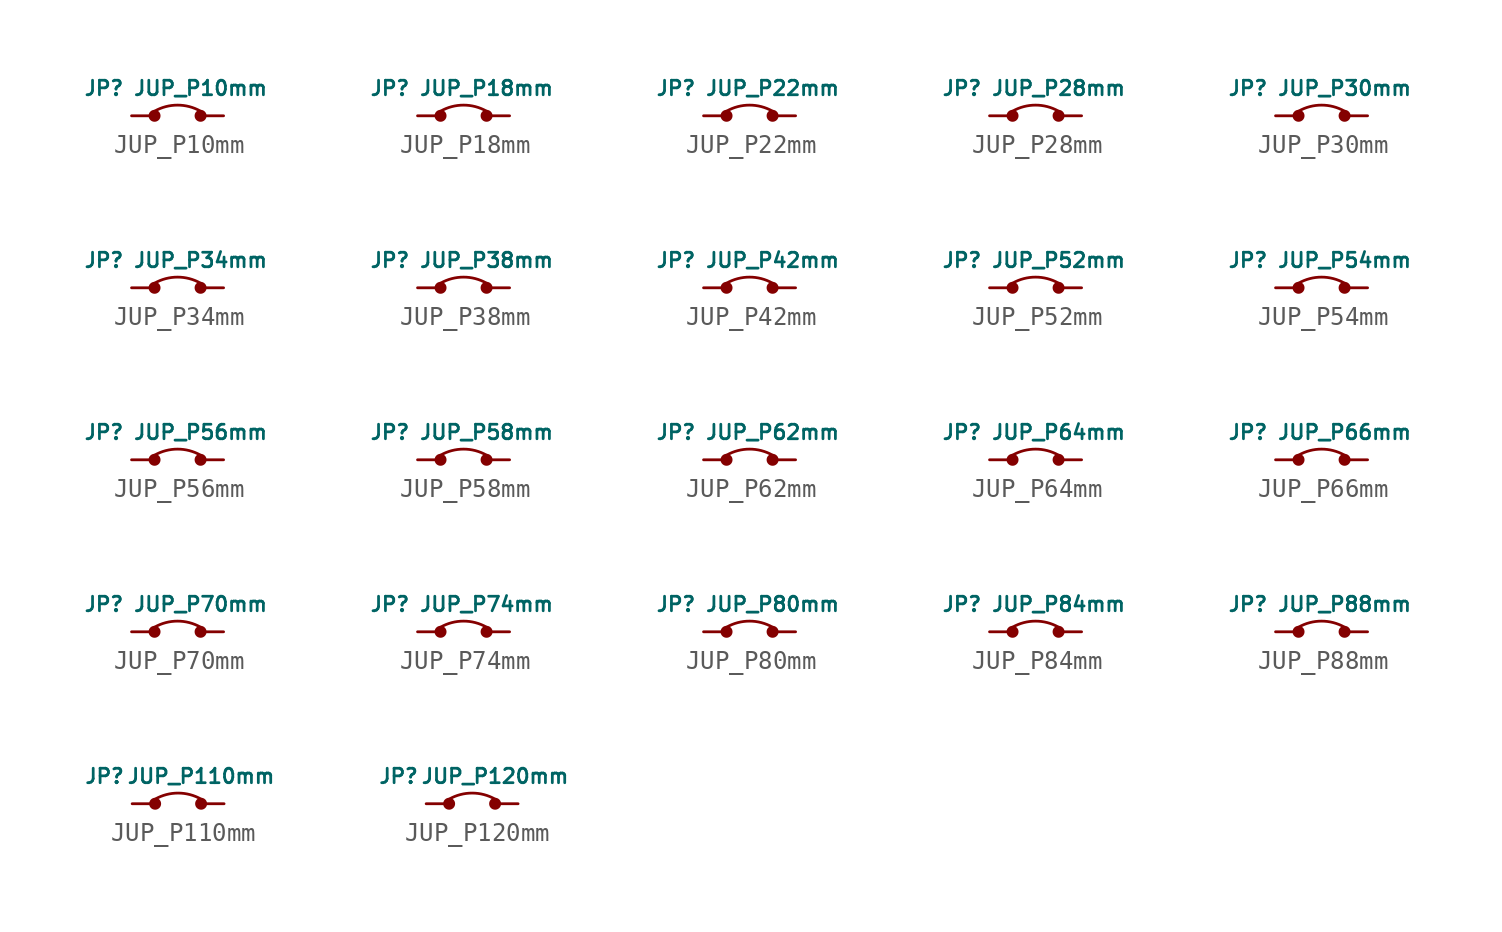
<source format=kicad_sym>
(kicad_symbol_lib
  (version 20220914)
  (generator kicad_symbol_editor)
  (symbol "JUP_P10mm"
    (property "Reference" "JP"
      (at -4.064 1.524 0)
      (effects (font (size 0.8 0.8))))
    (property "Value" "JUP_P10mm"
      (at 1.27 1.524 0)
      (effects (font (size 0.8 0.8))))
    (symbol "JUP_P10mm_0_1"
      (circle (center -1.27 0) (radius 0.254) (stroke (width 0) (type default)) (fill (type outline)))
      (circle (center 1.27 0) (radius 0.254) (stroke (width 0) (type default)) (fill (type outline)))
      (arc (start 1.27 0.254) (mid 0 0.5892) (end -1.27 0.254) (stroke (width 0) (type default)) (fill (type none))))
    (symbol "JUP_P10mm_1_1"
      (pin passive line (at -2.54 0 0) (length 1.2) (name "" (effects (font (size 1.27 1.27)))) (number "1" (effects (font (size 0 0)))))
      (pin passive line (at 2.54 0 180) (length 1.2) (name "" (effects (font (size 1.27 1.27)))) (number "2" (effects (font (size 0 0)))))))
  (symbol "JUP_P18mm"
    (property "Reference" "JP"
      (at -4.064 1.524 0)
      (effects (font (size 0.8 0.8))))
    (property "Value" "JUP_P18mm"
      (at 1.27 1.524 0)
      (effects (font (size 0.8 0.8))))
    (symbol "JUP_P18mm_0_1"
      (circle (center -1.27 0) (radius 0.254) (stroke (width 0) (type default)) (fill (type outline)))
      (circle (center 1.27 0) (radius 0.254) (stroke (width 0) (type default)) (fill (type outline)))
      (arc (start 1.27 0.254) (mid 0 0.5892) (end -1.27 0.254) (stroke (width 0) (type default)) (fill (type none))))
    (symbol "JUP_P18mm_1_1"
      (pin passive line (at -2.54 0 0) (length 1.2) (name "" (effects (font (size 1.27 1.27)))) (number "1" (effects (font (size 0 0)))))
      (pin passive line (at 2.54 0 180) (length 1.2) (name "" (effects (font (size 1.27 1.27)))) (number "2" (effects (font (size 0 0)))))))
  (symbol "JUP_P22mm"
    (property "Reference" "JP"
      (at -4.064 1.524 0)
      (effects (font (size 0.8 0.8))))
    (property "Value" "JUP_P22mm"
      (at 1.27 1.524 0)
      (effects (font (size 0.8 0.8))))
    (symbol "JUP_P22mm_0_1"
      (circle (center -1.27 0) (radius 0.254) (stroke (width 0) (type default)) (fill (type outline)))
      (circle (center 1.27 0) (radius 0.254) (stroke (width 0) (type default)) (fill (type outline)))
      (arc (start 1.27 0.254) (mid 0 0.5892) (end -1.27 0.254) (stroke (width 0) (type default)) (fill (type none))))
    (symbol "JUP_P22mm_1_1"
      (pin passive line (at -2.54 0 0) (length 1.2) (name "" (effects (font (size 1.27 1.27)))) (number "1" (effects (font (size 0 0)))))
      (pin passive line (at 2.54 0 180) (length 1.2) (name "" (effects (font (size 1.27 1.27)))) (number "2" (effects (font (size 0 0)))))))
  (symbol "JUP_P28mm"
    (property "Reference" "JP"
      (at -4.064 1.524 0)
      (effects (font (size 0.8 0.8))))
    (property "Value" "JUP_P28mm"
      (at 1.27 1.524 0)
      (effects (font (size 0.8 0.8))))
    (symbol "JUP_P28mm_0_1"
      (circle (center -1.27 0) (radius 0.254) (stroke (width 0) (type default)) (fill (type outline)))
      (circle (center 1.27 0) (radius 0.254) (stroke (width 0) (type default)) (fill (type outline)))
      (arc (start 1.27 0.254) (mid 0 0.5892) (end -1.27 0.254) (stroke (width 0) (type default)) (fill (type none))))
    (symbol "JUP_P28mm_1_1"
      (pin passive line (at -2.54 0 0) (length 1.2) (name "" (effects (font (size 1.27 1.27)))) (number "1" (effects (font (size 0 0)))))
      (pin passive line (at 2.54 0 180) (length 1.2) (name "" (effects (font (size 1.27 1.27)))) (number "2" (effects (font (size 0 0)))))))
  (symbol "JUP_P30mm"
    (property "Reference" "JP"
      (at -4.064 1.524 0)
      (effects (font (size 0.8 0.8))))
    (property "Value" "JUP_P30mm"
      (at 1.27 1.524 0)
      (effects (font (size 0.8 0.8))))
    (symbol "JUP_P30mm_0_1"
      (circle (center -1.27 0) (radius 0.254) (stroke (width 0) (type default)) (fill (type outline)))
      (circle (center 1.27 0) (radius 0.254) (stroke (width 0) (type default)) (fill (type outline)))
      (arc (start 1.27 0.254) (mid 0 0.5892) (end -1.27 0.254) (stroke (width 0) (type default)) (fill (type none))))
    (symbol "JUP_P30mm_1_1"
      (pin passive line (at -2.54 0 0) (length 1.2) (name "" (effects (font (size 1.27 1.27)))) (number "1" (effects (font (size 0 0)))))
      (pin passive line (at 2.54 0 180) (length 1.2) (name "" (effects (font (size 1.27 1.27)))) (number "2" (effects (font (size 0 0)))))))
  (symbol "JUP_P34mm"
    (property "Reference" "JP"
      (at -4.064 1.524 0)
      (effects (font (size 0.8 0.8))))
    (property "Value" "JUP_P34mm"
      (at 1.27 1.524 0)
      (effects (font (size 0.8 0.8))))
    (symbol "JUP_P34mm_0_1"
      (circle (center -1.27 0) (radius 0.254) (stroke (width 0) (type default)) (fill (type outline)))
      (circle (center 1.27 0) (radius 0.254) (stroke (width 0) (type default)) (fill (type outline)))
      (arc (start 1.27 0.254) (mid 0 0.5892) (end -1.27 0.254) (stroke (width 0) (type default)) (fill (type none))))
    (symbol "JUP_P34mm_1_1"
      (pin passive line (at -2.54 0 0) (length 1.2) (name "" (effects (font (size 1.27 1.27)))) (number "1" (effects (font (size 0 0)))))
      (pin passive line (at 2.54 0 180) (length 1.2) (name "" (effects (font (size 1.27 1.27)))) (number "2" (effects (font (size 0 0)))))))
  (symbol "JUP_P38mm"
    (property "Reference" "JP"
      (at -4.064 1.524 0)
      (effects (font (size 0.8 0.8))))
    (property "Value" "JUP_P38mm"
      (at 1.27 1.524 0)
      (effects (font (size 0.8 0.8))))
    (symbol "JUP_P38mm_0_1"
      (circle (center -1.27 0) (radius 0.254) (stroke (width 0) (type default)) (fill (type outline)))
      (circle (center 1.27 0) (radius 0.254) (stroke (width 0) (type default)) (fill (type outline)))
      (arc (start 1.27 0.254) (mid 0 0.5892) (end -1.27 0.254) (stroke (width 0) (type default)) (fill (type none))))
    (symbol "JUP_P38mm_1_1"
      (pin passive line (at -2.54 0 0) (length 1.2) (name "" (effects (font (size 1.27 1.27)))) (number "1" (effects (font (size 0 0)))))
      (pin passive line (at 2.54 0 180) (length 1.2) (name "" (effects (font (size 1.27 1.27)))) (number "2" (effects (font (size 0 0)))))))
  (symbol "JUP_P42mm"
    (property "Reference" "JP"
      (at -4.064 1.524 0)
      (effects (font (size 0.8 0.8))))
    (property "Value" "JUP_P42mm"
      (at 1.27 1.524 0)
      (effects (font (size 0.8 0.8))))
    (symbol "JUP_P42mm_0_1"
      (circle (center -1.27 0) (radius 0.254) (stroke (width 0) (type default)) (fill (type outline)))
      (circle (center 1.27 0) (radius 0.254) (stroke (width 0) (type default)) (fill (type outline)))
      (arc (start 1.27 0.254) (mid 0 0.5892) (end -1.27 0.254) (stroke (width 0) (type default)) (fill (type none))))
    (symbol "JUP_P42mm_1_1"
      (pin passive line (at -2.54 0 0) (length 1.2) (name "" (effects (font (size 1.27 1.27)))) (number "1" (effects (font (size 0 0)))))
      (pin passive line (at 2.54 0 180) (length 1.2) (name "" (effects (font (size 1.27 1.27)))) (number "2" (effects (font (size 0 0)))))))
  (symbol "JUP_P52mm"
    (property "Reference" "JP"
      (at -4.064 1.524 0)
      (effects (font (size 0.8 0.8))))
    (property "Value" "JUP_P52mm"
      (at 1.27 1.524 0)
      (effects (font (size 0.8 0.8))))
    (symbol "JUP_P52mm_0_1"
      (circle (center -1.27 0) (radius 0.254) (stroke (width 0) (type default)) (fill (type outline)))
      (circle (center 1.27 0) (radius 0.254) (stroke (width 0) (type default)) (fill (type outline)))
      (arc (start 1.27 0.254) (mid 0 0.5892) (end -1.27 0.254) (stroke (width 0) (type default)) (fill (type none))))
    (symbol "JUP_P52mm_1_1"
      (pin passive line (at -2.54 0 0) (length 1.2) (name "" (effects (font (size 1.27 1.27)))) (number "1" (effects (font (size 0 0)))))
      (pin passive line (at 2.54 0 180) (length 1.2) (name "" (effects (font (size 1.27 1.27)))) (number "2" (effects (font (size 0 0)))))))
  (symbol "JUP_P54mm"
    (property "Reference" "JP"
      (at -4.064 1.524 0)
      (effects (font (size 0.8 0.8))))
    (property "Value" "JUP_P54mm"
      (at 1.27 1.524 0)
      (effects (font (size 0.8 0.8))))
    (symbol "JUP_P54mm_0_1"
      (circle (center -1.27 0) (radius 0.254) (stroke (width 0) (type default)) (fill (type outline)))
      (circle (center 1.27 0) (radius 0.254) (stroke (width 0) (type default)) (fill (type outline)))
      (arc (start 1.27 0.254) (mid 0 0.5892) (end -1.27 0.254) (stroke (width 0) (type default)) (fill (type none))))
    (symbol "JUP_P54mm_1_1"
      (pin passive line (at -2.54 0 0) (length 1.2) (name "" (effects (font (size 1.27 1.27)))) (number "1" (effects (font (size 0 0)))))
      (pin passive line (at 2.54 0 180) (length 1.2) (name "" (effects (font (size 1.27 1.27)))) (number "2" (effects (font (size 0 0)))))))
  (symbol "JUP_P56mm"
    (property "Reference" "JP"
      (at -4.064 1.524 0)
      (effects (font (size 0.8 0.8))))
    (property "Value" "JUP_P56mm"
      (at 1.27 1.524 0)
      (effects (font (size 0.8 0.8))))
    (symbol "JUP_P56mm_0_1"
      (circle (center -1.27 0) (radius 0.254) (stroke (width 0) (type default)) (fill (type outline)))
      (circle (center 1.27 0) (radius 0.254) (stroke (width 0) (type default)) (fill (type outline)))
      (arc (start 1.27 0.254) (mid 0 0.5892) (end -1.27 0.254) (stroke (width 0) (type default)) (fill (type none))))
    (symbol "JUP_P56mm_1_1"
      (pin passive line (at -2.54 0 0) (length 1.2) (name "" (effects (font (size 1.27 1.27)))) (number "1" (effects (font (size 0 0)))))
      (pin passive line (at 2.54 0 180) (length 1.2) (name "" (effects (font (size 1.27 1.27)))) (number "2" (effects (font (size 0 0)))))))
  (symbol "JUP_P58mm"
    (property "Reference" "JP"
      (at -4.064 1.524 0)
      (effects (font (size 0.8 0.8))))
    (property "Value" "JUP_P58mm"
      (at 1.27 1.524 0)
      (effects (font (size 0.8 0.8))))
    (symbol "JUP_P58mm_0_1"
      (circle (center -1.27 0) (radius 0.254) (stroke (width 0) (type default)) (fill (type outline)))
      (circle (center 1.27 0) (radius 0.254) (stroke (width 0) (type default)) (fill (type outline)))
      (arc (start 1.27 0.254) (mid 0 0.5892) (end -1.27 0.254) (stroke (width 0) (type default)) (fill (type none))))
    (symbol "JUP_P58mm_1_1"
      (pin passive line (at -2.54 0 0) (length 1.2) (name "" (effects (font (size 1.27 1.27)))) (number "1" (effects (font (size 0 0)))))
      (pin passive line (at 2.54 0 180) (length 1.2) (name "" (effects (font (size 1.27 1.27)))) (number "2" (effects (font (size 0 0)))))))
  (symbol "JUP_P62mm"
    (property "Reference" "JP"
      (at -4.064 1.524 0)
      (effects (font (size 0.8 0.8))))
    (property "Value" "JUP_P62mm"
      (at 1.27 1.524 0)
      (effects (font (size 0.8 0.8))))
    (symbol "JUP_P62mm_0_1"
      (circle (center -1.27 0) (radius 0.254) (stroke (width 0) (type default)) (fill (type outline)))
      (circle (center 1.27 0) (radius 0.254) (stroke (width 0) (type default)) (fill (type outline)))
      (arc (start 1.27 0.254) (mid 0 0.5892) (end -1.27 0.254) (stroke (width 0) (type default)) (fill (type none))))
    (symbol "JUP_P62mm_1_1"
      (pin passive line (at -2.54 0 0) (length 1.2) (name "" (effects (font (size 1.27 1.27)))) (number "1" (effects (font (size 0 0)))))
      (pin passive line (at 2.54 0 180) (length 1.2) (name "" (effects (font (size 1.27 1.27)))) (number "2" (effects (font (size 0 0)))))))
  (symbol "JUP_P64mm"
    (property "Reference" "JP"
      (at -4.064 1.524 0)
      (effects (font (size 0.8 0.8))))
    (property "Value" "JUP_P64mm"
      (at 1.27 1.524 0)
      (effects (font (size 0.8 0.8))))
    (symbol "JUP_P64mm_0_1"
      (circle (center -1.27 0) (radius 0.254) (stroke (width 0) (type default)) (fill (type outline)))
      (circle (center 1.27 0) (radius 0.254) (stroke (width 0) (type default)) (fill (type outline)))
      (arc (start 1.27 0.254) (mid 0 0.5892) (end -1.27 0.254) (stroke (width 0) (type default)) (fill (type none))))
    (symbol "JUP_P64mm_1_1"
      (pin passive line (at -2.54 0 0) (length 1.2) (name "" (effects (font (size 1.27 1.27)))) (number "1" (effects (font (size 0 0)))))
      (pin passive line (at 2.54 0 180) (length 1.2) (name "" (effects (font (size 1.27 1.27)))) (number "2" (effects (font (size 0 0)))))))
  (symbol "JUP_P66mm"
    (property "Reference" "JP"
      (at -4.064 1.524 0)
      (effects (font (size 0.8 0.8))))
    (property "Value" "JUP_P66mm"
      (at 1.27 1.524 0)
      (effects (font (size 0.8 0.8))))
    (symbol "JUP_P66mm_0_1"
      (circle (center -1.27 0) (radius 0.254) (stroke (width 0) (type default)) (fill (type outline)))
      (circle (center 1.27 0) (radius 0.254) (stroke (width 0) (type default)) (fill (type outline)))
      (arc (start 1.27 0.254) (mid 0 0.5892) (end -1.27 0.254) (stroke (width 0) (type default)) (fill (type none))))
    (symbol "JUP_P66mm_1_1"
      (pin passive line (at -2.54 0 0) (length 1.2) (name "" (effects (font (size 1.27 1.27)))) (number "1" (effects (font (size 0 0)))))
      (pin passive line (at 2.54 0 180) (length 1.2) (name "" (effects (font (size 1.27 1.27)))) (number "2" (effects (font (size 0 0)))))))
  (symbol "JUP_P70mm"
    (property "Reference" "JP"
      (at -4.064 1.524 0)
      (effects (font (size 0.8 0.8))))
    (property "Value" "JUP_P70mm"
      (at 1.27 1.524 0)
      (effects (font (size 0.8 0.8))))
    (symbol "JUP_P70mm_0_1"
      (circle (center -1.27 0) (radius 0.254) (stroke (width 0) (type default)) (fill (type outline)))
      (circle (center 1.27 0) (radius 0.254) (stroke (width 0) (type default)) (fill (type outline)))
      (arc (start 1.27 0.254) (mid 0 0.5892) (end -1.27 0.254) (stroke (width 0) (type default)) (fill (type none))))
    (symbol "JUP_P70mm_1_1"
      (pin passive line (at -2.54 0 0) (length 1.2) (name "" (effects (font (size 1.27 1.27)))) (number "1" (effects (font (size 0 0)))))
      (pin passive line (at 2.54 0 180) (length 1.2) (name "" (effects (font (size 1.27 1.27)))) (number "2" (effects (font (size 0 0)))))))
  (symbol "JUP_P74mm"
    (property "Reference" "JP"
      (at -4.064 1.524 0)
      (effects (font (size 0.8 0.8))))
    (property "Value" "JUP_P74mm"
      (at 1.27 1.524 0)
      (effects (font (size 0.8 0.8))))
    (symbol "JUP_P74mm_0_1"
      (circle (center -1.27 0) (radius 0.254) (stroke (width 0) (type default)) (fill (type outline)))
      (circle (center 1.27 0) (radius 0.254) (stroke (width 0) (type default)) (fill (type outline)))
      (arc (start 1.27 0.254) (mid 0 0.5892) (end -1.27 0.254) (stroke (width 0) (type default)) (fill (type none))))
    (symbol "JUP_P74mm_1_1"
      (pin passive line (at -2.54 0 0) (length 1.2) (name "" (effects (font (size 1.27 1.27)))) (number "1" (effects (font (size 0 0)))))
      (pin passive line (at 2.54 0 180) (length 1.2) (name "" (effects (font (size 1.27 1.27)))) (number "2" (effects (font (size 0 0)))))))
  (symbol "JUP_P80mm"
    (property "Reference" "JP"
      (at -4.064 1.524 0)
      (effects (font (size 0.8 0.8))))
    (property "Value" "JUP_P80mm"
      (at 1.27 1.524 0)
      (effects (font (size 0.8 0.8))))
    (symbol "JUP_P80mm_0_1"
      (circle (center -1.27 0) (radius 0.254) (stroke (width 0) (type default)) (fill (type outline)))
      (circle (center 1.27 0) (radius 0.254) (stroke (width 0) (type default)) (fill (type outline)))
      (arc (start 1.27 0.254) (mid 0 0.5892) (end -1.27 0.254) (stroke (width 0) (type default)) (fill (type none))))
    (symbol "JUP_P80mm_1_1"
      (pin passive line (at -2.54 0 0) (length 1.2) (name "" (effects (font (size 1.27 1.27)))) (number "1" (effects (font (size 0 0)))))
      (pin passive line (at 2.54 0 180) (length 1.2) (name "" (effects (font (size 1.27 1.27)))) (number "2" (effects (font (size 0 0)))))))
  (symbol "JUP_P84mm"
    (property "Reference" "JP"
      (at -4.064 1.524 0)
      (effects (font (size 0.8 0.8))))
    (property "Value" "JUP_P84mm"
      (at 1.27 1.524 0)
      (effects (font (size 0.8 0.8))))
    (symbol "JUP_P84mm_0_1"
      (circle (center -1.27 0) (radius 0.254) (stroke (width 0) (type default)) (fill (type outline)))
      (circle (center 1.27 0) (radius 0.254) (stroke (width 0) (type default)) (fill (type outline)))
      (arc (start 1.27 0.254) (mid 0 0.5892) (end -1.27 0.254) (stroke (width 0) (type default)) (fill (type none))))
    (symbol "JUP_P84mm_1_1"
      (pin passive line (at -2.54 0 0) (length 1.2) (name "" (effects (font (size 1.27 1.27)))) (number "1" (effects (font (size 0 0)))))
      (pin passive line (at 2.54 0 180) (length 1.2) (name "" (effects (font (size 1.27 1.27)))) (number "2" (effects (font (size 0 0)))))))
  (symbol "JUP_P88mm"
    (property "Reference" "JP"
      (at -4.064 1.524 0)
      (effects (font (size 0.8 0.8))))
    (property "Value" "JUP_P88mm"
      (at 1.27 1.524 0)
      (effects (font (size 0.8 0.8))))
    (symbol "JUP_P88mm_0_1"
      (circle (center -1.27 0) (radius 0.254) (stroke (width 0) (type default)) (fill (type outline)))
      (circle (center 1.27 0) (radius 0.254) (stroke (width 0) (type default)) (fill (type outline)))
      (arc (start 1.27 0.254) (mid 0 0.5892) (end -1.27 0.254) (stroke (width 0) (type default)) (fill (type none))))
    (symbol "JUP_P88mm_1_1"
      (pin passive line (at -2.54 0 0) (length 1.2) (name "" (effects (font (size 1.27 1.27)))) (number "1" (effects (font (size 0 0)))))
      (pin passive line (at 2.54 0 180) (length 1.2) (name "" (effects (font (size 1.27 1.27)))) (number "2" (effects (font (size 0 0)))))))
  (symbol "JUP_P110mm"
    (property "Reference" "JP"
      (at -4.064 1.524 0)
      (effects (font (size 0.8 0.8))))
    (property "Value" "JUP_P110mm"
      (at 1.27 1.524 0)
      (effects (font (size 0.8 0.8))))
    (symbol "JUP_P110mm_0_1"
      (circle (center -1.27 0) (radius 0.254) (stroke (width 0) (type default)) (fill (type outline)))
      (circle (center 1.27 0) (radius 0.254) (stroke (width 0) (type default)) (fill (type outline)))
      (arc (start 1.27 0.254) (mid 0 0.5892) (end -1.27 0.254) (stroke (width 0) (type default)) (fill (type none))))
    (symbol "JUP_P110mm_1_1"
      (pin passive line (at -2.54 0 0) (length 1.2) (name "" (effects (font (size 1.27 1.27)))) (number "1" (effects (font (size 0 0)))))
      (pin passive line (at 2.54 0 180) (length 1.2) (name "" (effects (font (size 1.27 1.27)))) (number "2" (effects (font (size 0 0)))))))
  (symbol "JUP_P120mm"
    (property "Reference" "JP"
      (at -4.064 1.524 0)
      (effects (font (size 0.8 0.8))))
    (property "Value" "JUP_P120mm"
      (at 1.27 1.524 0)
      (effects (font (size 0.8 0.8))))
    (symbol "JUP_P120mm_0_1"
      (circle (center -1.27 0) (radius 0.254) (stroke (width 0) (type default)) (fill (type outline)))
      (circle (center 1.27 0) (radius 0.254) (stroke (width 0) (type default)) (fill (type outline)))
      (arc (start 1.27 0.254) (mid 0 0.5892) (end -1.27 0.254) (stroke (width 0) (type default)) (fill (type none))))
    (symbol "JUP_P120mm_1_1"
      (pin passive line (at -2.54 0 0) (length 1.2) (name "" (effects (font (size 1.27 1.27)))) (number "1" (effects (font (size 0 0)))))
      (pin passive line (at 2.54 0 180) (length 1.2) (name "" (effects (font (size 1.27 1.27)))) (number "2" (effects (font (size 0 0))))))))
</source>
